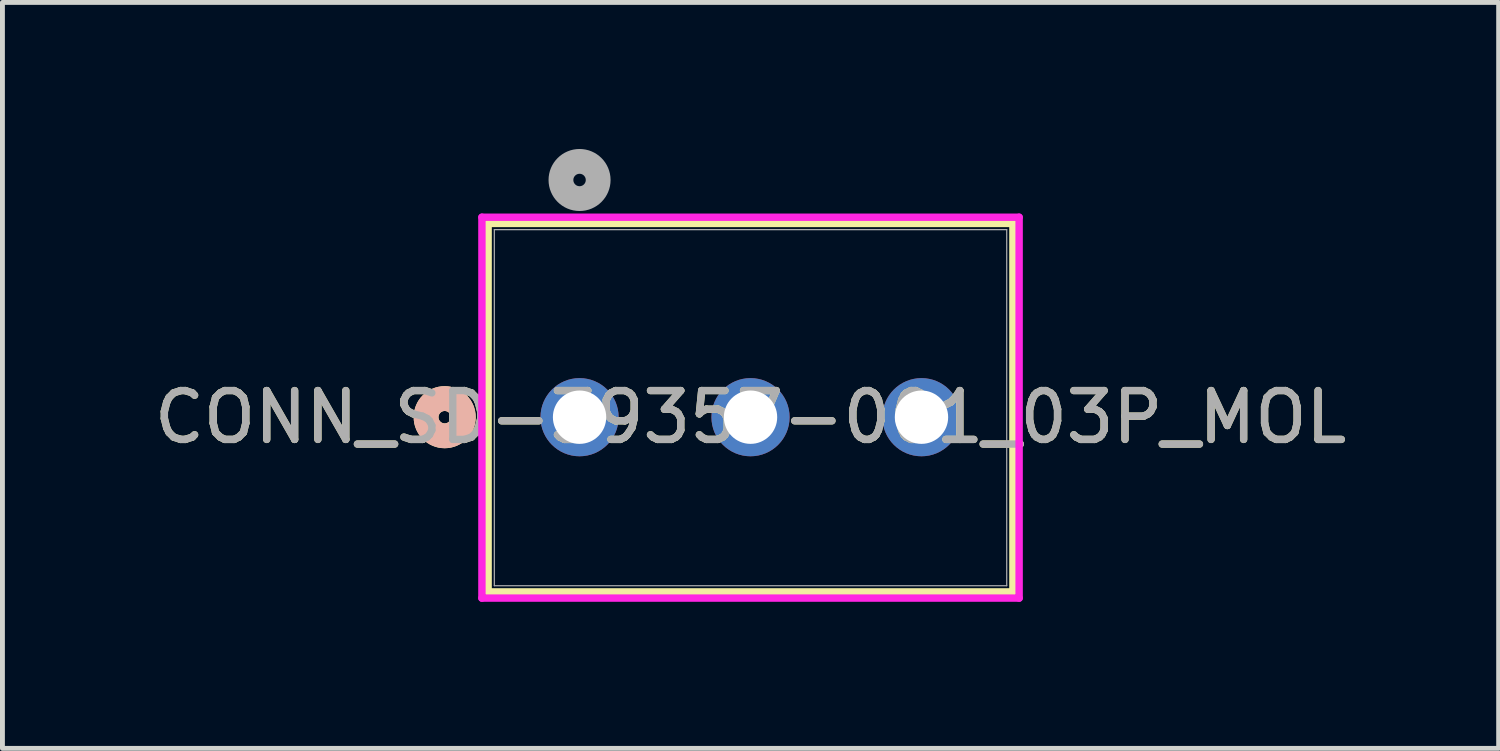
<source format=kicad_pcb>
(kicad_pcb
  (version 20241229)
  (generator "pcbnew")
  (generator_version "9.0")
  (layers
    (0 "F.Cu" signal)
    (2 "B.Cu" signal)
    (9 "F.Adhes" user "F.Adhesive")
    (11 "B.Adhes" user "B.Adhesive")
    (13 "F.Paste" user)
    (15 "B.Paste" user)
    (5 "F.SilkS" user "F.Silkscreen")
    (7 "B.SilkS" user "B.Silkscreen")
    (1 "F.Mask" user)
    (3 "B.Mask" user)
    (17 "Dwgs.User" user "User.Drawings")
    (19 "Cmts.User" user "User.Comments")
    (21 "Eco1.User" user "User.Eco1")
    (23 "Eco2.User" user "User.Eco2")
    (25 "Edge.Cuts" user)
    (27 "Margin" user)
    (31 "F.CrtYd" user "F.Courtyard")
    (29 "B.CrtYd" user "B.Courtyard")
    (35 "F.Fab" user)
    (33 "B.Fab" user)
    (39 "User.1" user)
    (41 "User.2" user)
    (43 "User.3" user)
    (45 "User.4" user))
  (footprint "CONN_SD-39357-001_03P_MOL"
    (layer "F.Cu")
    (at 8.815 5.491)
    (property "Reference" "CONN_SD-39357-001_03P_MOL" (at 3.5 0 0) (unlocked yes) (layer "F.SilkS") (effects (font (size 1 1) (thickness 0.15))))
    (attr through_hole)
    (fp_line (start -1.872 -3.967) (end -1.872 3.577) (stroke (width 0.152) (type solid)) (layer "F.SilkS"))
    (fp_line (start -1.872 3.577) (end 8.872 3.577) (stroke (width 0.152) (type solid)) (layer "F.SilkS"))
    (fp_line (start 8.872 -3.967) (end -1.872 -3.967) (stroke (width 0.152) (type solid)) (layer "F.SilkS"))
    (fp_line (start 8.872 3.577) (end 8.872 -3.967) (stroke (width 0.152) (type solid)) (layer "F.SilkS"))
    (fp_circle (center -2.761 0) (end -2.38 0) (stroke (width 0.508) (type solid)) (fill no) (layer "F.SilkS"))
    (fp_circle (center -2.761 0) (end -2.38 0) (stroke (width 0.508) (type solid)) (fill no) (layer "B.SilkS"))
    (fp_line (start -1.999 -4.094) (end -1.999 3.704) (stroke (width 0.152) (type solid)) (layer "F.CrtYd"))
    (fp_line (start -1.999 3.704) (end 8.999 3.704) (stroke (width 0.152) (type solid)) (layer "F.CrtYd"))
    (fp_line (start 8.999 -4.094) (end -1.999 -4.094) (stroke (width 0.152) (type solid)) (layer "F.CrtYd"))
    (fp_line (start 8.999 3.704) (end 8.999 -4.094) (stroke (width 0.152) (type solid)) (layer "F.CrtYd"))
    (fp_line (start -1.745 -3.84) (end -1.745 3.45) (stroke (width 0.025) (type solid)) (layer "F.Fab"))
    (fp_line (start -1.745 3.45) (end 8.745 3.45) (stroke (width 0.025) (type solid)) (layer "F.Fab"))
    (fp_line (start 8.745 -3.84) (end -1.745 -3.84) (stroke (width 0.025) (type solid)) (layer "F.Fab"))
    (fp_line (start 8.745 3.45) (end 8.745 -3.84) (stroke (width 0.025) (type solid)) (layer "F.Fab"))
    (fp_circle (center 0 -4.856) (end 0.381 -4.856) (stroke (width 0.508) (type solid)) (fill no) (layer "F.Fab"))
    (fp_text user "${REFERENCE}" (at 3.5 0 0) (unlocked yes) (layer "F.Fab") (effects (font (size 1 1) (thickness 0.15))))
    (pad "1" thru_hole circle (at 0 0) (size 1.6 1.6) (drill 1.092) (layers "*.Cu" "*.Mask"))
    (pad "2" thru_hole circle (at 3.5 0) (size 1.6 1.6) (drill 1.092) (layers "*.Cu" "*.Mask"))
    (pad "3" thru_hole circle (at 7 0) (size 1.6 1.6) (drill 1.092) (layers "*.Cu" "*.Mask")))
  (gr_rect
    (start -3 -3)
    (end 27.631 12.271)
    (stroke (width 0.1) (type default))
    (fill no)
    (layer "Edge.Cuts")))
</source>
